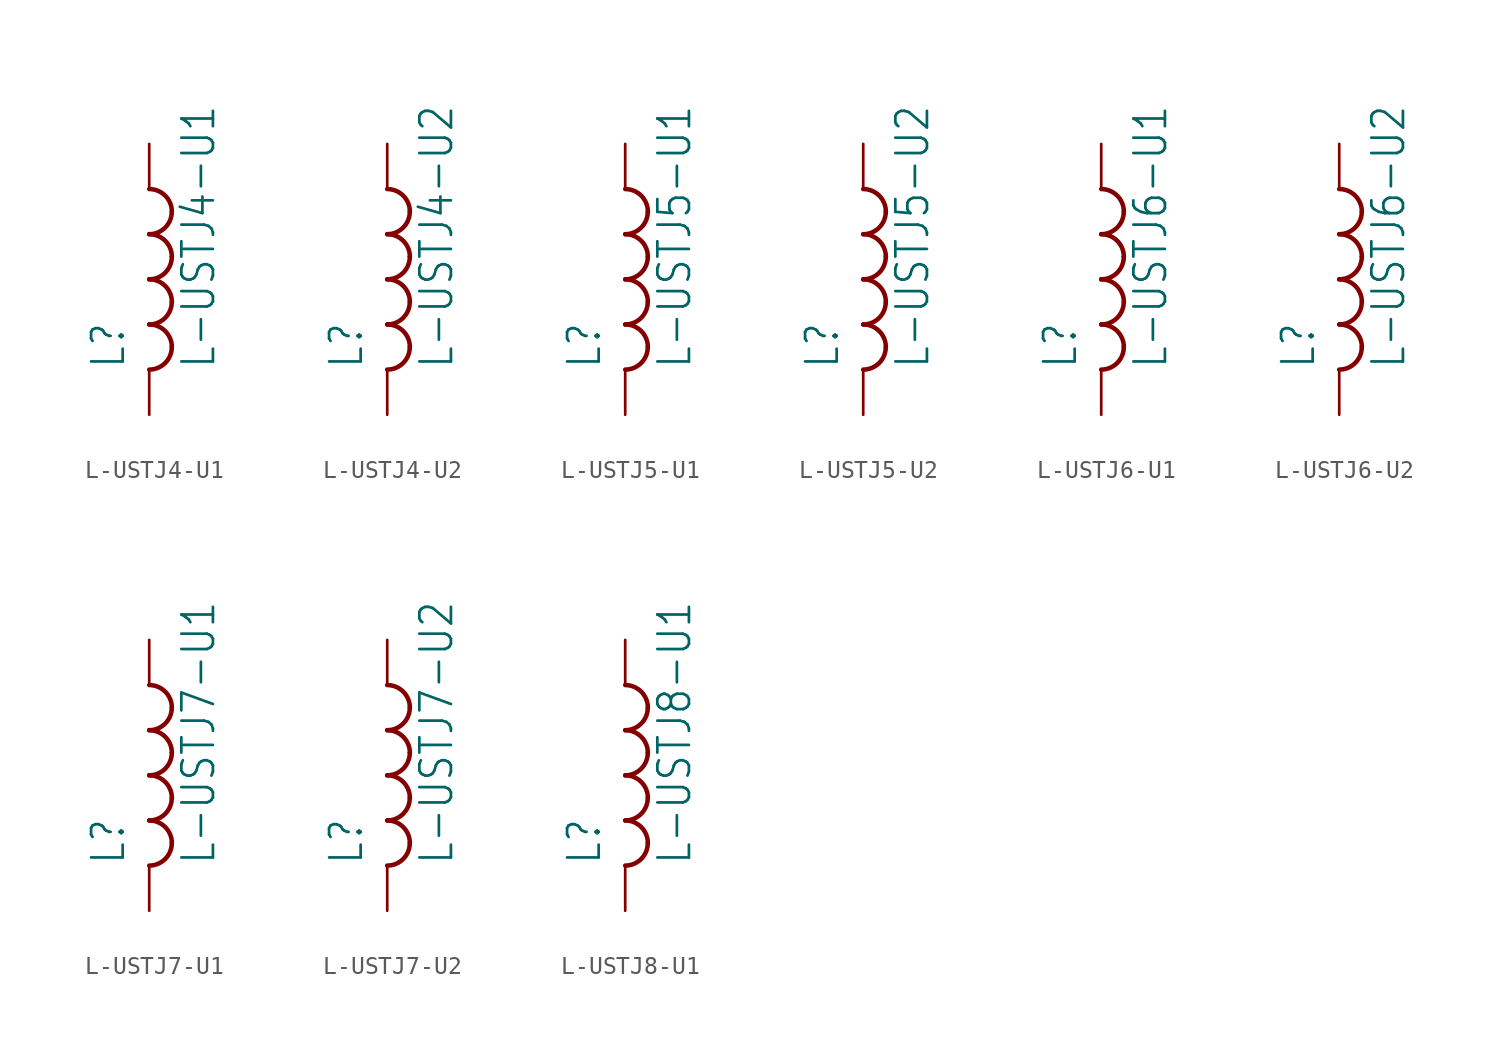
<source format=kicad_sym>
(kicad_symbol_lib
  (version 20211014)
  (generator kicad_symbol_editor)
  (symbol "L-USTJ4-U1"
    (property "Reference" "L"
      (at -1.27 -5.08 90)
      (effects (font (size 1.778 1.511)) (justify left bottom)))
    (property "Value" "L-USTJ4-U1"
      (at 3.81 -5.08 90)
      (effects (font (size 1.778 1.511)) (justify left bottom)))
    (property "ki_locked" ""
      (at 0 0 0)
      (effects (font (size 1.27 1.27))))
    (symbol "L-USTJ4-U1_1_0"
      (arc (start 0 -5.08) (mid 0.898 -4.708) (end 1.27 -3.81) (stroke (width 0.254) (type default) (color 0 0 0 0)) (fill (type none)))
      (arc (start 0 -2.54) (mid 0.898 -2.168) (end 1.27 -1.27) (stroke (width 0.254) (type default) (color 0 0 0 0)) (fill (type none)))
      (arc (start 0 0) (mid 0.898 0.372) (end 1.27 1.27) (stroke (width 0.254) (type default) (color 0 0 0 0)) (fill (type none)))
      (arc (start 0 2.54) (mid 0.898 2.912) (end 1.27 3.81) (stroke (width 0.254) (type default) (color 0 0 0 0)) (fill (type none)))
      (arc (start 1.27 -3.81) (mid 0.898 -2.912) (end 0 -2.54) (stroke (width 0.254) (type default) (color 0 0 0 0)) (fill (type none)))
      (arc (start 1.27 -1.27) (mid 0.898 -0.372) (end 0 0) (stroke (width 0.254) (type default) (color 0 0 0 0)) (fill (type none)))
      (arc (start 1.27 1.27) (mid 0.898 2.168) (end 0 2.54) (stroke (width 0.254) (type default) (color 0 0 0 0)) (fill (type none)))
      (arc (start 1.27 3.81) (mid 0.898 4.708) (end 0 5.08) (stroke (width 0.254) (type default) (color 0 0 0 0)) (fill (type none)))
      (pin passive line (at 0 7.62 270) (length 2.54) (name "1" (effects (font (size 0 0)))) (number "1" (effects (font (size 0 0)))))
      (pin passive line (at 0 -7.62 90) (length 2.54) (name "2" (effects (font (size 0 0)))) (number "2" (effects (font (size 0 0)))))))
  (symbol "L-USTJ4-U2"
    (property "Reference" "L"
      (at -1.27 -5.08 90)
      (effects (font (size 1.778 1.511)) (justify left bottom)))
    (property "Value" "L-USTJ4-U2"
      (at 3.81 -5.08 90)
      (effects (font (size 1.778 1.511)) (justify left bottom)))
    (property "ki_locked" ""
      (at 0 0 0)
      (effects (font (size 1.27 1.27))))
    (symbol "L-USTJ4-U2_1_0"
      (arc (start 0 -5.08) (mid 0.898 -4.708) (end 1.27 -3.81) (stroke (width 0.254) (type default) (color 0 0 0 0)) (fill (type none)))
      (arc (start 0 -2.54) (mid 0.898 -2.168) (end 1.27 -1.27) (stroke (width 0.254) (type default) (color 0 0 0 0)) (fill (type none)))
      (arc (start 0 0) (mid 0.898 0.372) (end 1.27 1.27) (stroke (width 0.254) (type default) (color 0 0 0 0)) (fill (type none)))
      (arc (start 0 2.54) (mid 0.898 2.912) (end 1.27 3.81) (stroke (width 0.254) (type default) (color 0 0 0 0)) (fill (type none)))
      (arc (start 1.27 -3.81) (mid 0.898 -2.912) (end 0 -2.54) (stroke (width 0.254) (type default) (color 0 0 0 0)) (fill (type none)))
      (arc (start 1.27 -1.27) (mid 0.898 -0.372) (end 0 0) (stroke (width 0.254) (type default) (color 0 0 0 0)) (fill (type none)))
      (arc (start 1.27 1.27) (mid 0.898 2.168) (end 0 2.54) (stroke (width 0.254) (type default) (color 0 0 0 0)) (fill (type none)))
      (arc (start 1.27 3.81) (mid 0.898 4.708) (end 0 5.08) (stroke (width 0.254) (type default) (color 0 0 0 0)) (fill (type none)))
      (pin passive line (at 0 7.62 270) (length 2.54) (name "1" (effects (font (size 0 0)))) (number "1" (effects (font (size 0 0)))))
      (pin passive line (at 0 -7.62 90) (length 2.54) (name "2" (effects (font (size 0 0)))) (number "2" (effects (font (size 0 0)))))))
  (symbol "L-USTJ5-U1"
    (property "Reference" "L"
      (at -1.27 -5.08 90)
      (effects (font (size 1.778 1.511)) (justify left bottom)))
    (property "Value" "L-USTJ5-U1"
      (at 3.81 -5.08 90)
      (effects (font (size 1.778 1.511)) (justify left bottom)))
    (property "ki_locked" ""
      (at 0 0 0)
      (effects (font (size 1.27 1.27))))
    (symbol "L-USTJ5-U1_1_0"
      (arc (start 0 -5.08) (mid 0.898 -4.708) (end 1.27 -3.81) (stroke (width 0.254) (type default) (color 0 0 0 0)) (fill (type none)))
      (arc (start 0 -2.54) (mid 0.898 -2.168) (end 1.27 -1.27) (stroke (width 0.254) (type default) (color 0 0 0 0)) (fill (type none)))
      (arc (start 0 0) (mid 0.898 0.372) (end 1.27 1.27) (stroke (width 0.254) (type default) (color 0 0 0 0)) (fill (type none)))
      (arc (start 0 2.54) (mid 0.898 2.912) (end 1.27 3.81) (stroke (width 0.254) (type default) (color 0 0 0 0)) (fill (type none)))
      (arc (start 1.27 -3.81) (mid 0.898 -2.912) (end 0 -2.54) (stroke (width 0.254) (type default) (color 0 0 0 0)) (fill (type none)))
      (arc (start 1.27 -1.27) (mid 0.898 -0.372) (end 0 0) (stroke (width 0.254) (type default) (color 0 0 0 0)) (fill (type none)))
      (arc (start 1.27 1.27) (mid 0.898 2.168) (end 0 2.54) (stroke (width 0.254) (type default) (color 0 0 0 0)) (fill (type none)))
      (arc (start 1.27 3.81) (mid 0.898 4.708) (end 0 5.08) (stroke (width 0.254) (type default) (color 0 0 0 0)) (fill (type none)))
      (pin passive line (at 0 7.62 270) (length 2.54) (name "1" (effects (font (size 0 0)))) (number "1" (effects (font (size 0 0)))))
      (pin passive line (at 0 -7.62 90) (length 2.54) (name "2" (effects (font (size 0 0)))) (number "2" (effects (font (size 0 0)))))))
  (symbol "L-USTJ5-U2"
    (property "Reference" "L"
      (at -1.27 -5.08 90)
      (effects (font (size 1.778 1.511)) (justify left bottom)))
    (property "Value" "L-USTJ5-U2"
      (at 3.81 -5.08 90)
      (effects (font (size 1.778 1.511)) (justify left bottom)))
    (property "ki_locked" ""
      (at 0 0 0)
      (effects (font (size 1.27 1.27))))
    (symbol "L-USTJ5-U2_1_0"
      (arc (start 0 -5.08) (mid 0.898 -4.708) (end 1.27 -3.81) (stroke (width 0.254) (type default) (color 0 0 0 0)) (fill (type none)))
      (arc (start 0 -2.54) (mid 0.898 -2.168) (end 1.27 -1.27) (stroke (width 0.254) (type default) (color 0 0 0 0)) (fill (type none)))
      (arc (start 0 0) (mid 0.898 0.372) (end 1.27 1.27) (stroke (width 0.254) (type default) (color 0 0 0 0)) (fill (type none)))
      (arc (start 0 2.54) (mid 0.898 2.912) (end 1.27 3.81) (stroke (width 0.254) (type default) (color 0 0 0 0)) (fill (type none)))
      (arc (start 1.27 -3.81) (mid 0.898 -2.912) (end 0 -2.54) (stroke (width 0.254) (type default) (color 0 0 0 0)) (fill (type none)))
      (arc (start 1.27 -1.27) (mid 0.898 -0.372) (end 0 0) (stroke (width 0.254) (type default) (color 0 0 0 0)) (fill (type none)))
      (arc (start 1.27 1.27) (mid 0.898 2.168) (end 0 2.54) (stroke (width 0.254) (type default) (color 0 0 0 0)) (fill (type none)))
      (arc (start 1.27 3.81) (mid 0.898 4.708) (end 0 5.08) (stroke (width 0.254) (type default) (color 0 0 0 0)) (fill (type none)))
      (pin passive line (at 0 7.62 270) (length 2.54) (name "1" (effects (font (size 0 0)))) (number "1" (effects (font (size 0 0)))))
      (pin passive line (at 0 -7.62 90) (length 2.54) (name "2" (effects (font (size 0 0)))) (number "2" (effects (font (size 0 0)))))))
  (symbol "L-USTJ6-U1"
    (property "Reference" "L"
      (at -1.27 -5.08 90)
      (effects (font (size 1.778 1.511)) (justify left bottom)))
    (property "Value" "L-USTJ6-U1"
      (at 3.81 -5.08 90)
      (effects (font (size 1.778 1.511)) (justify left bottom)))
    (property "ki_locked" ""
      (at 0 0 0)
      (effects (font (size 1.27 1.27))))
    (symbol "L-USTJ6-U1_1_0"
      (arc (start 0 -5.08) (mid 0.898 -4.708) (end 1.27 -3.81) (stroke (width 0.254) (type default) (color 0 0 0 0)) (fill (type none)))
      (arc (start 0 -2.54) (mid 0.898 -2.168) (end 1.27 -1.27) (stroke (width 0.254) (type default) (color 0 0 0 0)) (fill (type none)))
      (arc (start 0 0) (mid 0.898 0.372) (end 1.27 1.27) (stroke (width 0.254) (type default) (color 0 0 0 0)) (fill (type none)))
      (arc (start 0 2.54) (mid 0.898 2.912) (end 1.27 3.81) (stroke (width 0.254) (type default) (color 0 0 0 0)) (fill (type none)))
      (arc (start 1.27 -3.81) (mid 0.898 -2.912) (end 0 -2.54) (stroke (width 0.254) (type default) (color 0 0 0 0)) (fill (type none)))
      (arc (start 1.27 -1.27) (mid 0.898 -0.372) (end 0 0) (stroke (width 0.254) (type default) (color 0 0 0 0)) (fill (type none)))
      (arc (start 1.27 1.27) (mid 0.898 2.168) (end 0 2.54) (stroke (width 0.254) (type default) (color 0 0 0 0)) (fill (type none)))
      (arc (start 1.27 3.81) (mid 0.898 4.708) (end 0 5.08) (stroke (width 0.254) (type default) (color 0 0 0 0)) (fill (type none)))
      (pin passive line (at 0 7.62 270) (length 2.54) (name "1" (effects (font (size 0 0)))) (number "1" (effects (font (size 0 0)))))
      (pin passive line (at 0 -7.62 90) (length 2.54) (name "2" (effects (font (size 0 0)))) (number "2" (effects (font (size 0 0)))))))
  (symbol "L-USTJ6-U2"
    (property "Reference" "L"
      (at -1.27 -5.08 90)
      (effects (font (size 1.778 1.511)) (justify left bottom)))
    (property "Value" "L-USTJ6-U2"
      (at 3.81 -5.08 90)
      (effects (font (size 1.778 1.511)) (justify left bottom)))
    (property "ki_locked" ""
      (at 0 0 0)
      (effects (font (size 1.27 1.27))))
    (symbol "L-USTJ6-U2_1_0"
      (arc (start 0 -5.08) (mid 0.898 -4.708) (end 1.27 -3.81) (stroke (width 0.254) (type default) (color 0 0 0 0)) (fill (type none)))
      (arc (start 0 -2.54) (mid 0.898 -2.168) (end 1.27 -1.27) (stroke (width 0.254) (type default) (color 0 0 0 0)) (fill (type none)))
      (arc (start 0 0) (mid 0.898 0.372) (end 1.27 1.27) (stroke (width 0.254) (type default) (color 0 0 0 0)) (fill (type none)))
      (arc (start 0 2.54) (mid 0.898 2.912) (end 1.27 3.81) (stroke (width 0.254) (type default) (color 0 0 0 0)) (fill (type none)))
      (arc (start 1.27 -3.81) (mid 0.898 -2.912) (end 0 -2.54) (stroke (width 0.254) (type default) (color 0 0 0 0)) (fill (type none)))
      (arc (start 1.27 -1.27) (mid 0.898 -0.372) (end 0 0) (stroke (width 0.254) (type default) (color 0 0 0 0)) (fill (type none)))
      (arc (start 1.27 1.27) (mid 0.898 2.168) (end 0 2.54) (stroke (width 0.254) (type default) (color 0 0 0 0)) (fill (type none)))
      (arc (start 1.27 3.81) (mid 0.898 4.708) (end 0 5.08) (stroke (width 0.254) (type default) (color 0 0 0 0)) (fill (type none)))
      (pin passive line (at 0 7.62 270) (length 2.54) (name "1" (effects (font (size 0 0)))) (number "1" (effects (font (size 0 0)))))
      (pin passive line (at 0 -7.62 90) (length 2.54) (name "2" (effects (font (size 0 0)))) (number "2" (effects (font (size 0 0)))))))
  (symbol "L-USTJ7-U1"
    (property "Reference" "L"
      (at -1.27 -5.08 90)
      (effects (font (size 1.778 1.511)) (justify left bottom)))
    (property "Value" "L-USTJ7-U1"
      (at 3.81 -5.08 90)
      (effects (font (size 1.778 1.511)) (justify left bottom)))
    (property "ki_locked" ""
      (at 0 0 0)
      (effects (font (size 1.27 1.27))))
    (symbol "L-USTJ7-U1_1_0"
      (arc (start 0 -5.08) (mid 0.898 -4.708) (end 1.27 -3.81) (stroke (width 0.254) (type default) (color 0 0 0 0)) (fill (type none)))
      (arc (start 0 -2.54) (mid 0.898 -2.168) (end 1.27 -1.27) (stroke (width 0.254) (type default) (color 0 0 0 0)) (fill (type none)))
      (arc (start 0 0) (mid 0.898 0.372) (end 1.27 1.27) (stroke (width 0.254) (type default) (color 0 0 0 0)) (fill (type none)))
      (arc (start 0 2.54) (mid 0.898 2.912) (end 1.27 3.81) (stroke (width 0.254) (type default) (color 0 0 0 0)) (fill (type none)))
      (arc (start 1.27 -3.81) (mid 0.898 -2.912) (end 0 -2.54) (stroke (width 0.254) (type default) (color 0 0 0 0)) (fill (type none)))
      (arc (start 1.27 -1.27) (mid 0.898 -0.372) (end 0 0) (stroke (width 0.254) (type default) (color 0 0 0 0)) (fill (type none)))
      (arc (start 1.27 1.27) (mid 0.898 2.168) (end 0 2.54) (stroke (width 0.254) (type default) (color 0 0 0 0)) (fill (type none)))
      (arc (start 1.27 3.81) (mid 0.898 4.708) (end 0 5.08) (stroke (width 0.254) (type default) (color 0 0 0 0)) (fill (type none)))
      (pin passive line (at 0 7.62 270) (length 2.54) (name "1" (effects (font (size 0 0)))) (number "1" (effects (font (size 0 0)))))
      (pin passive line (at 0 -7.62 90) (length 2.54) (name "2" (effects (font (size 0 0)))) (number "2" (effects (font (size 0 0)))))))
  (symbol "L-USTJ7-U2"
    (property "Reference" "L"
      (at -1.27 -5.08 90)
      (effects (font (size 1.778 1.511)) (justify left bottom)))
    (property "Value" "L-USTJ7-U2"
      (at 3.81 -5.08 90)
      (effects (font (size 1.778 1.511)) (justify left bottom)))
    (property "ki_locked" ""
      (at 0 0 0)
      (effects (font (size 1.27 1.27))))
    (symbol "L-USTJ7-U2_1_0"
      (arc (start 0 -5.08) (mid 0.898 -4.708) (end 1.27 -3.81) (stroke (width 0.254) (type default) (color 0 0 0 0)) (fill (type none)))
      (arc (start 0 -2.54) (mid 0.898 -2.168) (end 1.27 -1.27) (stroke (width 0.254) (type default) (color 0 0 0 0)) (fill (type none)))
      (arc (start 0 0) (mid 0.898 0.372) (end 1.27 1.27) (stroke (width 0.254) (type default) (color 0 0 0 0)) (fill (type none)))
      (arc (start 0 2.54) (mid 0.898 2.912) (end 1.27 3.81) (stroke (width 0.254) (type default) (color 0 0 0 0)) (fill (type none)))
      (arc (start 1.27 -3.81) (mid 0.898 -2.912) (end 0 -2.54) (stroke (width 0.254) (type default) (color 0 0 0 0)) (fill (type none)))
      (arc (start 1.27 -1.27) (mid 0.898 -0.372) (end 0 0) (stroke (width 0.254) (type default) (color 0 0 0 0)) (fill (type none)))
      (arc (start 1.27 1.27) (mid 0.898 2.168) (end 0 2.54) (stroke (width 0.254) (type default) (color 0 0 0 0)) (fill (type none)))
      (arc (start 1.27 3.81) (mid 0.898 4.708) (end 0 5.08) (stroke (width 0.254) (type default) (color 0 0 0 0)) (fill (type none)))
      (pin passive line (at 0 7.62 270) (length 2.54) (name "1" (effects (font (size 0 0)))) (number "1" (effects (font (size 0 0)))))
      (pin passive line (at 0 -7.62 90) (length 2.54) (name "2" (effects (font (size 0 0)))) (number "2" (effects (font (size 0 0)))))))
  (symbol "L-USTJ8-U1"
    (property "Reference" "L"
      (at -1.27 -5.08 90)
      (effects (font (size 1.778 1.511)) (justify left bottom)))
    (property "Value" "L-USTJ8-U1"
      (at 3.81 -5.08 90)
      (effects (font (size 1.778 1.511)) (justify left bottom)))
    (property "ki_locked" ""
      (at 0 0 0)
      (effects (font (size 1.27 1.27))))
    (symbol "L-USTJ8-U1_1_0"
      (arc (start 0 -5.08) (mid 0.898 -4.708) (end 1.27 -3.81) (stroke (width 0.254) (type default) (color 0 0 0 0)) (fill (type none)))
      (arc (start 0 -2.54) (mid 0.898 -2.168) (end 1.27 -1.27) (stroke (width 0.254) (type default) (color 0 0 0 0)) (fill (type none)))
      (arc (start 0 0) (mid 0.898 0.372) (end 1.27 1.27) (stroke (width 0.254) (type default) (color 0 0 0 0)) (fill (type none)))
      (arc (start 0 2.54) (mid 0.898 2.912) (end 1.27 3.81) (stroke (width 0.254) (type default) (color 0 0 0 0)) (fill (type none)))
      (arc (start 1.27 -3.81) (mid 0.898 -2.912) (end 0 -2.54) (stroke (width 0.254) (type default) (color 0 0 0 0)) (fill (type none)))
      (arc (start 1.27 -1.27) (mid 0.898 -0.372) (end 0 0) (stroke (width 0.254) (type default) (color 0 0 0 0)) (fill (type none)))
      (arc (start 1.27 1.27) (mid 0.898 2.168) (end 0 2.54) (stroke (width 0.254) (type default) (color 0 0 0 0)) (fill (type none)))
      (arc (start 1.27 3.81) (mid 0.898 4.708) (end 0 5.08) (stroke (width 0.254) (type default) (color 0 0 0 0)) (fill (type none)))
      (pin passive line (at 0 7.62 270) (length 2.54) (name "1" (effects (font (size 0 0)))) (number "1" (effects (font (size 0 0)))))
      (pin passive line (at 0 -7.62 90) (length 2.54) (name "2" (effects (font (size 0 0)))) (number "2" (effects (font (size 0 0))))))))
</source>
